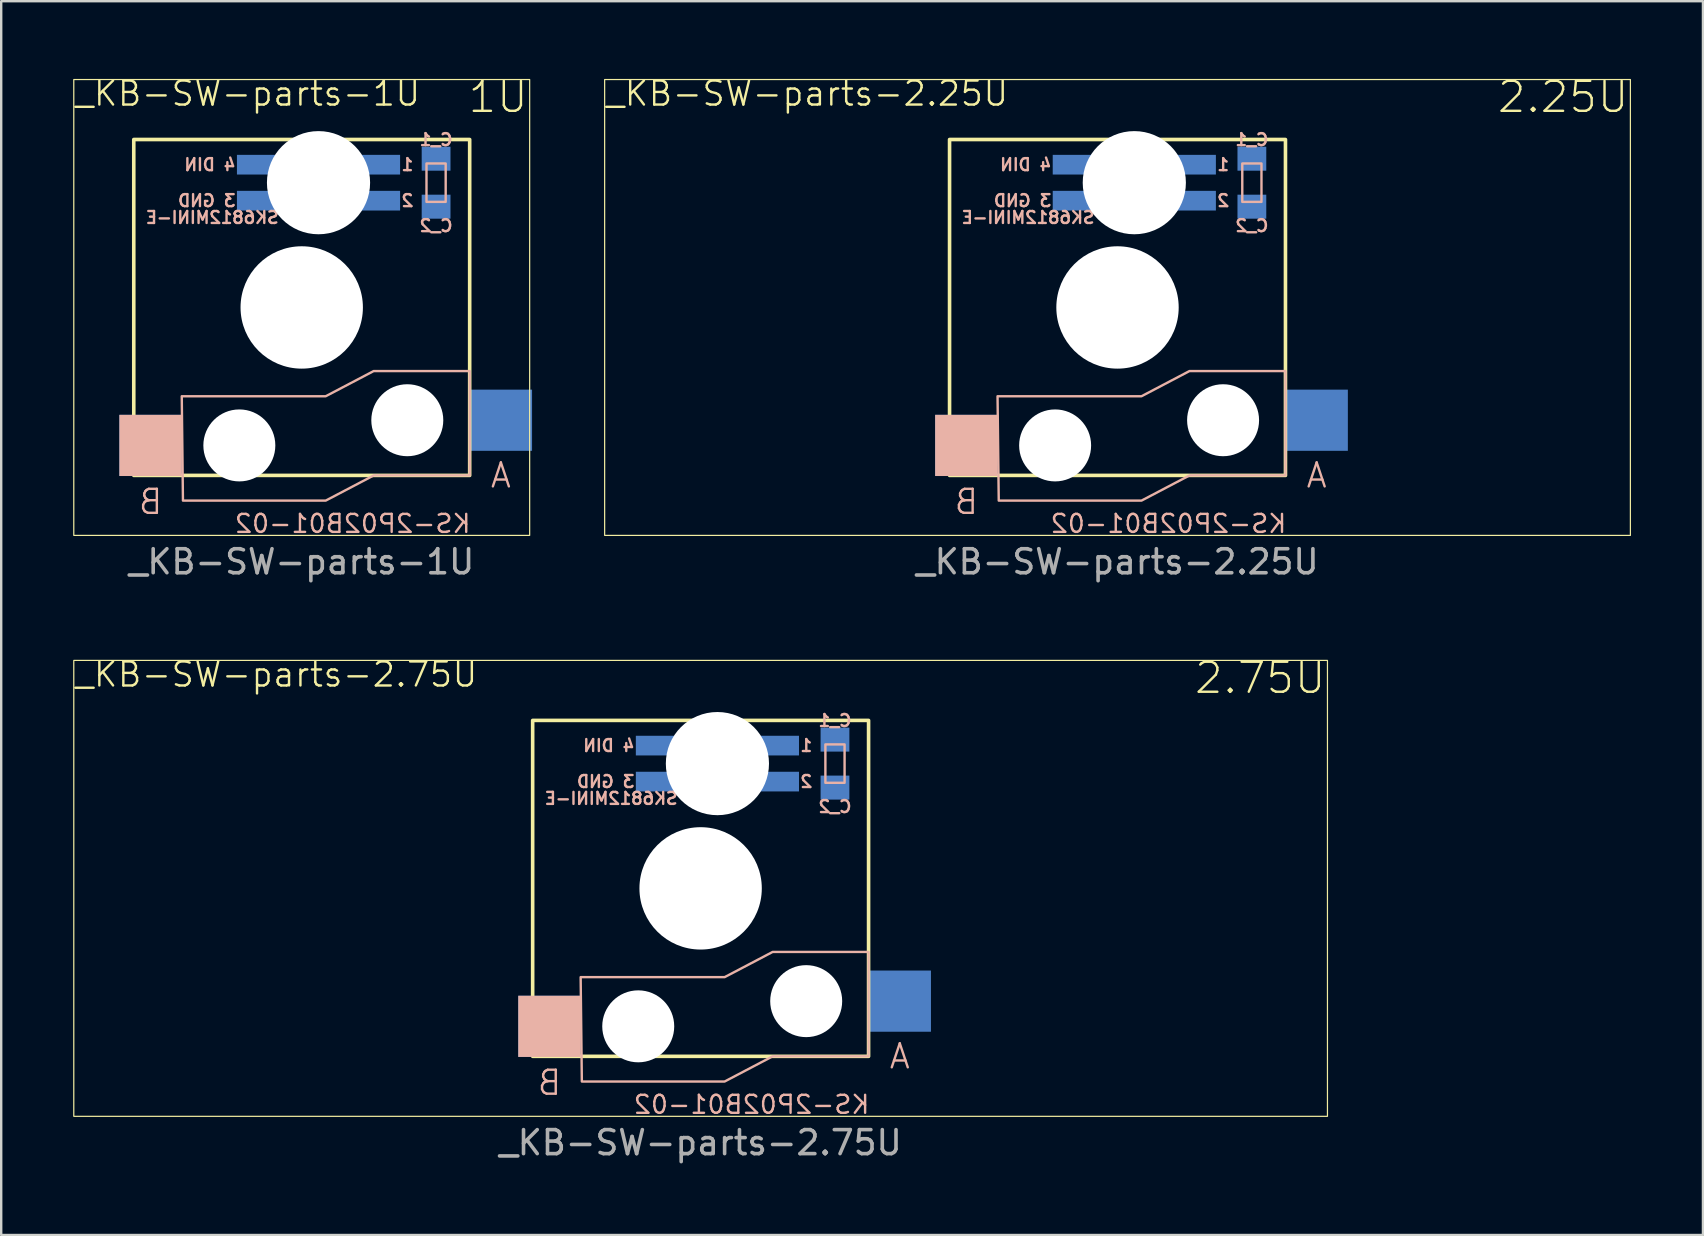
<source format=kicad_pcb>
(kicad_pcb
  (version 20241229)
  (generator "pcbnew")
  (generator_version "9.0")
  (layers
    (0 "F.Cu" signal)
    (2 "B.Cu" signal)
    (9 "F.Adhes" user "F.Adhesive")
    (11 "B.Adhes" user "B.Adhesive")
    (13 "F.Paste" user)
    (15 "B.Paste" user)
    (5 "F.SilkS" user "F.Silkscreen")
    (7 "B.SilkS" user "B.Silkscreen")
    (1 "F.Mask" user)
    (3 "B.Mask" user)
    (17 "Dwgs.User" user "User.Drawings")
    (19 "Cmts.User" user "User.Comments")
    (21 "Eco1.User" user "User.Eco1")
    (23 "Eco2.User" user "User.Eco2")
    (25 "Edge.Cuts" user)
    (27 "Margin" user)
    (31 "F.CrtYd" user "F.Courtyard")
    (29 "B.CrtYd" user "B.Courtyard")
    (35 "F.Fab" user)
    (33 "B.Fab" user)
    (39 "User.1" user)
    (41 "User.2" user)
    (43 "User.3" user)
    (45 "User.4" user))
  (footprint "_KB-SW-parts-2.75U"
    (layer "F.Cu")
    (at 26.15 33.975)
    (property "Reference" "_KB-SW-parts-2.75U" (at -26.125 -9.5 0) (unlocked yes) (layer "F.SilkS") (effects (font (size 1 1) (thickness 0.1)) (justify left top)))
    (attr smd)
    (fp_rect (start -26.125 -9.5) (end 26.125 9.5) (stroke (width 0.05) (type solid)) (fill no) (layer "F.SilkS"))
    (fp_rect (start -7 -7) (end 7 7) (stroke (width 0.15) (type solid)) (fill no) (layer "F.SilkS"))
    (fp_rect (start 6 -6) (end 5.2 -4.4) (stroke (width 0.1) (type solid)) (fill no) (layer "B.SilkS"))
    (fp_poly (pts (xy -5 3.7) (xy -4.95 8.05) (xy 1 8.05) (xy 3 7) (xy 7 7) (xy 7 2.65) (xy 3 2.65) (xy 1 3.7)) (stroke (width 0.1) (type solid)) (fill no) (layer "B.SilkS"))
    (fp_text user "2.75U" (at 26.125 -9.5 0) (unlocked yes) (layer "F.SilkS") (effects (font (size 1.25 1.25) (thickness 0.1)) (justify right top)))
    (fp_text user "3 GND" (at -2.7 -4.45 0) (unlocked yes) (layer "B.SilkS") (effects (font (size 0.5 0.5) (thickness 0.1)) (justify left mirror)))
    (fp_text user "C_1" (at 5.6 -6.7 0) (unlocked yes) (layer "B.SilkS") (effects (font (size 0.5 0.5) (thickness 0.1)) (justify bottom mirror)))
    (fp_text user "1" (at 4.1 -5.95 0) (unlocked yes) (layer "B.SilkS") (effects (font (size 0.5 0.5) (thickness 0.1)) (justify right mirror)))
    (fp_text user "C_2" (at 5.6 -3.7 0) (unlocked yes) (layer "B.SilkS") (effects (font (size 0.5 0.5) (thickness 0.1)) (justify top mirror)))
    (fp_text user "SK6812MINI-E" (at -0.9 -4.04 0) (unlocked yes) (layer "B.SilkS") (effects (font (size 0.5 0.5) (thickness 0.1)) (justify left top mirror)))
    (fp_text user "KS-2P02B01-02" (at 7.1 9.45 0) (unlocked yes) (layer "B.SilkS") (effects (font (size 0.75 0.75) (thickness 0.1)) (justify left bottom mirror)))
    (fp_text user "B" (at -6.3 8.1 0) (unlocked yes) (layer "B.SilkS") (effects (font (size 1 1) (thickness 0.1)) (justify mirror)))
    (fp_text user "4 DIN" (at -2.7 -5.95 0) (unlocked yes) (layer "B.SilkS") (effects (font (size 0.5 0.5) (thickness 0.1)) (justify left mirror)))
    (fp_text user "A" (at 8.3 7 0) (unlocked yes) (layer "B.SilkS") (effects (font (size 1 1) (thickness 0.1)) (justify mirror)))
    (fp_text user "2" (at 4.1 -4.45 0) (unlocked yes) (layer "B.SilkS") (effects (font (size 0.5 0.5) (thickness 0.1)) (justify right mirror)))
    (fp_text user "${REFERENCE}" (at 0 10.6 0) (unlocked yes) (layer "F.Fab") (effects (font (size 1 1) (thickness 0.15))))
    (pad "" np_thru_hole circle (at -2.6 5.75) (size 3 3) (drill 3) (layers "*.Cu" "*.Mask"))
    (pad "" np_thru_hole circle (at 0 0) (size 5.1 5.1) (drill 5.25) (layers "*.Cu" "*.Mask"))
    (pad "" np_thru_hole circle (at 0.7 -5.2) (size 4.3 4.3) (drill 4.3) (layers "*.Cu" "*.Mask"))
    (pad "" np_thru_hole circle (at 4.4 4.7) (size 3 3) (drill 3) (layers "*.Cu" "*.Mask"))
    (pad "1" smd rect (at 3.2 -5.95) (size 1.8 0.82) (layers "B.Cu" "B.Mask" "B.Paste"))
    (pad "2" smd rect (at 3.2 -4.45) (size 1.8 0.82) (layers "B.Cu" "B.Mask" "B.Paste"))
    (pad "3" smd rect (at -1.8 -4.45) (size 1.8 0.82) (layers "B.Cu" "B.Mask" "B.Paste"))
    (pad "4" smd rect (at -1.8 -5.95) (size 1.8 0.82) (layers "B.Cu" "B.Mask" "B.Paste"))
    (pad "A" smd rect (at 8.3 4.7) (size 2.6 2.55) (layers "B.Cu" "B.Mask" "B.Paste"))
    (pad "B" smd rect (at -6.3 5.75) (size 2.6 2.55) (layers "B.Cu" "B.Mask" "B.SilkS" "B.Paste"))
    (pad "C_1" smd rect (at 5.6 -6.2) (size 1.2 1) (layers "B.Cu" "B.Mask" "B.Paste"))
    (pad "C_2" smd rect (at 5.6 -4.2) (size 1.2 1) (layers "B.Cu" "B.Mask" "B.Paste")))
  (footprint "_KB-SW-parts-2.25U"
    (layer "F.Cu")
    (at 43.525 9.764)
    (property "Reference" "_KB-SW-parts-2.25U" (at -21.375 -9.5 0) (unlocked yes) (layer "F.SilkS") (effects (font (size 1 1) (thickness 0.1)) (justify left top)))
    (attr smd)
    (fp_rect (start -21.375 -9.5) (end 21.375 9.5) (stroke (width 0.05) (type solid)) (fill no) (layer "F.SilkS"))
    (fp_rect (start -7 -7) (end 7 7) (stroke (width 0.15) (type solid)) (fill no) (layer "F.SilkS"))
    (fp_rect (start 6 -6) (end 5.2 -4.4) (stroke (width 0.1) (type solid)) (fill no) (layer "B.SilkS"))
    (fp_poly (pts (xy -5 3.7) (xy -4.95 8.05) (xy 1 8.05) (xy 3 7) (xy 7 7) (xy 7 2.65) (xy 3 2.65) (xy 1 3.7)) (stroke (width 0.1) (type solid)) (fill no) (layer "B.SilkS"))
    (fp_text user "2.25U" (at 21.375 -9.5 0) (unlocked yes) (layer "F.SilkS") (effects (font (size 1.25 1.25) (thickness 0.1)) (justify right top)))
    (fp_text user "A" (at 8.3 7 0) (unlocked yes) (layer "B.SilkS") (effects (font (size 1 1) (thickness 0.1)) (justify mirror)))
    (fp_text user "KS-2P02B01-02" (at 7.1 9.45 0) (unlocked yes) (layer "B.SilkS") (effects (font (size 0.75 0.75) (thickness 0.1)) (justify left bottom mirror)))
    (fp_text user "C_2" (at 5.6 -3.7 0) (unlocked yes) (layer "B.SilkS") (effects (font (size 0.5 0.5) (thickness 0.1)) (justify top mirror)))
    (fp_text user "2" (at 4.1 -4.45 0) (unlocked yes) (layer "B.SilkS") (effects (font (size 0.5 0.5) (thickness 0.1)) (justify right mirror)))
    (fp_text user "4 DIN" (at -2.7 -5.95 0) (unlocked yes) (layer "B.SilkS") (effects (font (size 0.5 0.5) (thickness 0.1)) (justify left mirror)))
    (fp_text user "B" (at -6.3 8.1 0) (unlocked yes) (layer "B.SilkS") (effects (font (size 1 1) (thickness 0.1)) (justify mirror)))
    (fp_text user "C_1" (at 5.6 -6.7 0) (unlocked yes) (layer "B.SilkS") (effects (font (size 0.5 0.5) (thickness 0.1)) (justify bottom mirror)))
    (fp_text user "1" (at 4.1 -5.95 0) (unlocked yes) (layer "B.SilkS") (effects (font (size 0.5 0.5) (thickness 0.1)) (justify right mirror)))
    (fp_text user "SK6812MINI-E" (at -0.9 -4.04 0) (unlocked yes) (layer "B.SilkS") (effects (font (size 0.5 0.5) (thickness 0.1)) (justify left top mirror)))
    (fp_text user "3 GND" (at -2.7 -4.45 0) (unlocked yes) (layer "B.SilkS") (effects (font (size 0.5 0.5) (thickness 0.1)) (justify left mirror)))
    (fp_text user "${REFERENCE}" (at 0 10.6 0) (unlocked yes) (layer "F.Fab") (effects (font (size 1 1) (thickness 0.15))))
    (pad "" np_thru_hole circle (at -2.6 5.75) (size 3 3) (drill 3) (layers "*.Cu" "*.Mask"))
    (pad "" np_thru_hole circle (at 0 0) (size 5.1 5.1) (drill 5.25) (layers "*.Cu" "*.Mask"))
    (pad "" np_thru_hole circle (at 0.7 -5.2) (size 4.3 4.3) (drill 4.3) (layers "*.Cu" "*.Mask"))
    (pad "" np_thru_hole circle (at 4.4 4.7) (size 3 3) (drill 3) (layers "*.Cu" "*.Mask"))
    (pad "1" smd rect (at 3.2 -5.95) (size 1.8 0.82) (layers "B.Cu" "B.Mask" "B.Paste"))
    (pad "2" smd rect (at 3.2 -4.45) (size 1.8 0.82) (layers "B.Cu" "B.Mask" "B.Paste"))
    (pad "3" smd rect (at -1.8 -4.45) (size 1.8 0.82) (layers "B.Cu" "B.Mask" "B.Paste"))
    (pad "4" smd rect (at -1.8 -5.95) (size 1.8 0.82) (layers "B.Cu" "B.Mask" "B.Paste"))
    (pad "A" smd rect (at 8.3 4.7) (size 2.6 2.55) (layers "B.Cu" "B.Mask" "B.Paste"))
    (pad "B" smd rect (at -6.3 5.75) (size 2.6 2.55) (layers "B.Cu" "B.Mask" "B.SilkS" "B.Paste"))
    (pad "C_1" smd rect (at 5.6 -6.2) (size 1.2 1) (layers "B.Cu" "B.Mask" "B.Paste"))
    (pad "C_2" smd rect (at 5.6 -4.2) (size 1.2 1) (layers "B.Cu" "B.Mask" "B.Paste")))
  (footprint "_KB-SW-parts-1U"
    (layer "F.Cu")
    (at 9.525 9.764)
    (property "Reference" "_KB-SW-parts-1U" (at -9.5 -9.5 0) (unlocked yes) (layer "F.SilkS") (effects (font (size 1 1) (thickness 0.1)) (justify left top)))
    (attr smd)
    (fp_rect (start -9.5 -9.5) (end 9.5 9.5) (stroke (width 0.05) (type solid)) (fill no) (layer "F.SilkS"))
    (fp_rect (start -7 -7) (end 7 7) (stroke (width 0.15) (type solid)) (fill no) (layer "F.SilkS"))
    (fp_rect (start 6 -6) (end 5.2 -4.4) (stroke (width 0.1) (type solid)) (fill no) (layer "B.SilkS"))
    (fp_poly (pts (xy -5 3.7) (xy -4.95 8.05) (xy 1 8.05) (xy 3 7) (xy 7 7) (xy 7 2.65) (xy 3 2.65) (xy 1 3.7)) (stroke (width 0.1) (type solid)) (fill no) (layer "B.SilkS"))
    (fp_text user "1U" (at 9.5 -9.5 0) (unlocked yes) (layer "F.SilkS") (effects (font (size 1.25 1.25) (thickness 0.1)) (justify right top)))
    (fp_text user "SK6812MINI-E" (at -0.9 -4.04 0) (unlocked yes) (layer "B.SilkS") (effects (font (size 0.5 0.5) (thickness 0.1)) (justify left top mirror)))
    (fp_text user "A" (at 8.3 7 0) (unlocked yes) (layer "B.SilkS") (effects (font (size 1 1) (thickness 0.1)) (justify mirror)))
    (fp_text user "KS-2P02B01-02" (at 7.1 9.45 0) (unlocked yes) (layer "B.SilkS") (effects (font (size 0.75 0.75) (thickness 0.1)) (justify left bottom mirror)))
    (fp_text user "3 GND" (at -2.7 -4.45 0) (unlocked yes) (layer "B.SilkS") (effects (font (size 0.5 0.5) (thickness 0.1)) (justify left mirror)))
    (fp_text user "2" (at 4.1 -4.45 0) (unlocked yes) (layer "B.SilkS") (effects (font (size 0.5 0.5) (thickness 0.1)) (justify right mirror)))
    (fp_text user "1" (at 4.1 -5.95 0) (unlocked yes) (layer "B.SilkS") (effects (font (size 0.5 0.5) (thickness 0.1)) (justify right mirror)))
    (fp_text user "B" (at -6.3 8.1 0) (unlocked yes) (layer "B.SilkS") (effects (font (size 1 1) (thickness 0.1)) (justify mirror)))
    (fp_text user "C_1" (at 5.6 -6.7 0) (unlocked yes) (layer "B.SilkS") (effects (font (size 0.5 0.5) (thickness 0.1)) (justify bottom mirror)))
    (fp_text user "4 DIN" (at -2.7 -5.95 0) (unlocked yes) (layer "B.SilkS") (effects (font (size 0.5 0.5) (thickness 0.1)) (justify left mirror)))
    (fp_text user "C_2" (at 5.6 -3.7 0) (unlocked yes) (layer "B.SilkS") (effects (font (size 0.5 0.5) (thickness 0.1)) (justify top mirror)))
    (fp_text user "${REFERENCE}" (at 0 10.6 0) (unlocked yes) (layer "F.Fab") (effects (font (size 1 1) (thickness 0.15))))
    (pad "" np_thru_hole circle (at -2.6 5.75) (size 3 3) (drill 3) (layers "*.Cu" "*.Mask"))
    (pad "" np_thru_hole circle (at 0 0) (size 5.1 5.1) (drill 5.25) (layers "*.Cu" "*.Mask"))
    (pad "" np_thru_hole circle (at 0.7 -5.2) (size 4.3 4.3) (drill 4.3) (layers "*.Cu" "*.Mask"))
    (pad "" np_thru_hole circle (at 4.4 4.7) (size 3 3) (drill 3) (layers "*.Cu" "*.Mask"))
    (pad "1" smd rect (at 3.2 -5.95) (size 1.8 0.82) (layers "B.Cu" "B.Mask" "B.Paste"))
    (pad "2" smd rect (at 3.2 -4.45) (size 1.8 0.82) (layers "B.Cu" "B.Mask" "B.Paste"))
    (pad "3" smd rect (at -1.8 -4.45) (size 1.8 0.82) (layers "B.Cu" "B.Mask" "B.Paste"))
    (pad "4" smd rect (at -1.8 -5.95) (size 1.8 0.82) (layers "B.Cu" "B.Mask" "B.Paste"))
    (pad "A" smd rect (at 8.3 4.7) (size 2.6 2.55) (layers "B.Cu" "B.Mask" "B.Paste"))
    (pad "B" smd rect (at -6.3 5.75) (size 2.6 2.55) (layers "B.Cu" "B.Mask" "B.SilkS" "B.Paste"))
    (pad "C_1" smd rect (at 5.6 -6.2) (size 1.2 1) (layers "B.Cu" "B.Mask" "B.Paste"))
    (pad "C_2" smd rect (at 5.6 -4.2) (size 1.2 1) (layers "B.Cu" "B.Mask" "B.Paste")))
  (gr_rect
    (start -3 -3)
    (end 67.925 48.423)
    (stroke (width 0.1) (type default))
    (fill no)
    (layer "Edge.Cuts")))
</source>
